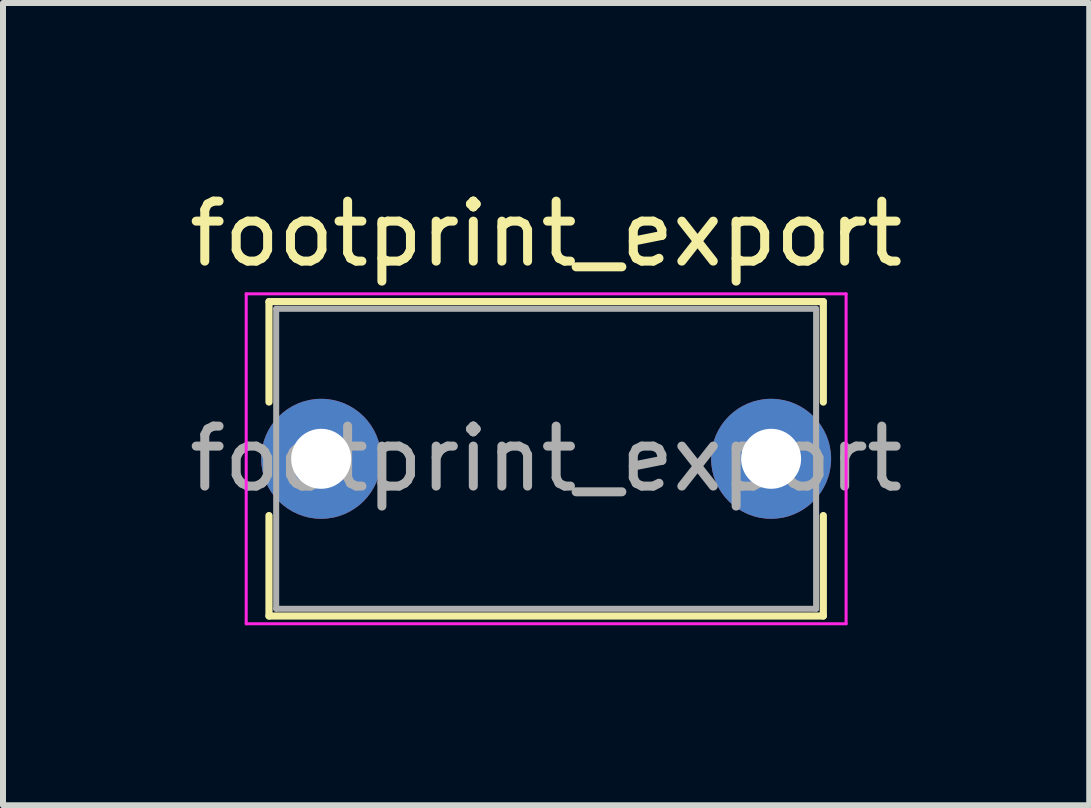
<source format=kicad_pcb>
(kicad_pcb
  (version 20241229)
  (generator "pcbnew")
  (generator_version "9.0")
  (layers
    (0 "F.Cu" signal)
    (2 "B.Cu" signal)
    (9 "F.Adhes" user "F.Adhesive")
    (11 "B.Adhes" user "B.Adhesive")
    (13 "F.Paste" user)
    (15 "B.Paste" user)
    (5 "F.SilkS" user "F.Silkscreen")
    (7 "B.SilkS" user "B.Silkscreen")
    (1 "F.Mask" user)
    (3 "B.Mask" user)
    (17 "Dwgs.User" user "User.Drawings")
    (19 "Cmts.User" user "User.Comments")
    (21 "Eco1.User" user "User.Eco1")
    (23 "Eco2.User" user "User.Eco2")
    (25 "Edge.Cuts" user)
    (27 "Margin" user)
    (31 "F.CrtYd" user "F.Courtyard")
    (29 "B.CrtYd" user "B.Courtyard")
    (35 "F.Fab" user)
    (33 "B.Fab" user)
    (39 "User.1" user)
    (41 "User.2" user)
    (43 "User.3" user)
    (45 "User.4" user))
  (footprint "footprint_export"
    (layer "F.Cu")
    (at 2.304 4.598)
    (property "Reference" "footprint_export" (at 3.75 -3.75 0) (layer "F.SilkS") (effects (font (size 1 1) (thickness 0.15))))
    (attr through_hole)
    (fp_line (start -0.87 -2.62) (end -0.87 -0.946) (stroke (width 0.12) (type solid)) (layer "F.SilkS"))
    (fp_line (start -0.87 -2.62) (end 8.37 -2.62) (stroke (width 0.12) (type solid)) (layer "F.SilkS"))
    (fp_line (start -0.87 0.946) (end -0.87 2.62) (stroke (width 0.12) (type solid)) (layer "F.SilkS"))
    (fp_line (start -0.87 2.62) (end 8.37 2.62) (stroke (width 0.12) (type solid)) (layer "F.SilkS"))
    (fp_line (start 8.37 -2.62) (end 8.37 -0.946) (stroke (width 0.12) (type solid)) (layer "F.SilkS"))
    (fp_line (start 8.37 0.946) (end 8.37 2.62) (stroke (width 0.12) (type solid)) (layer "F.SilkS"))
    (fp_line (start -1.25 -2.75) (end -1.25 2.75) (stroke (width 0.05) (type solid)) (layer "F.CrtYd"))
    (fp_line (start -1.25 2.75) (end 8.75 2.75) (stroke (width 0.05) (type solid)) (layer "F.CrtYd"))
    (fp_line (start 8.75 -2.75) (end -1.25 -2.75) (stroke (width 0.05) (type solid)) (layer "F.CrtYd"))
    (fp_line (start 8.75 2.75) (end 8.75 -2.75) (stroke (width 0.05) (type solid)) (layer "F.CrtYd"))
    (fp_line (start -0.75 -2.5) (end -0.75 2.5) (stroke (width 0.1) (type solid)) (layer "F.Fab"))
    (fp_line (start -0.75 2.5) (end 8.25 2.5) (stroke (width 0.1) (type solid)) (layer "F.Fab"))
    (fp_line (start 8.25 -2.5) (end -0.75 -2.5) (stroke (width 0.1) (type solid)) (layer "F.Fab"))
    (fp_line (start 8.25 2.5) (end 8.25 -2.5) (stroke (width 0.1) (type solid)) (layer "F.Fab"))
    (fp_text user "${REFERENCE}" (at 3.75 0 0) (layer "F.Fab") (effects (font (size 1 1) (thickness 0.15))))
    (pad "1" thru_hole circle (at 0 0) (size 2 2) (drill 1) (layers "*.Cu" "*.Mask"))
    (pad "2" thru_hole circle (at 7.5 0) (size 2 2) (drill 1) (layers "*.Cu" "*.Mask")))
  (gr_rect
    (start -3 -3)
    (end 15.107 10.373)
    (stroke (width 0.1) (type default))
    (fill no)
    (layer "Edge.Cuts")))
</source>
